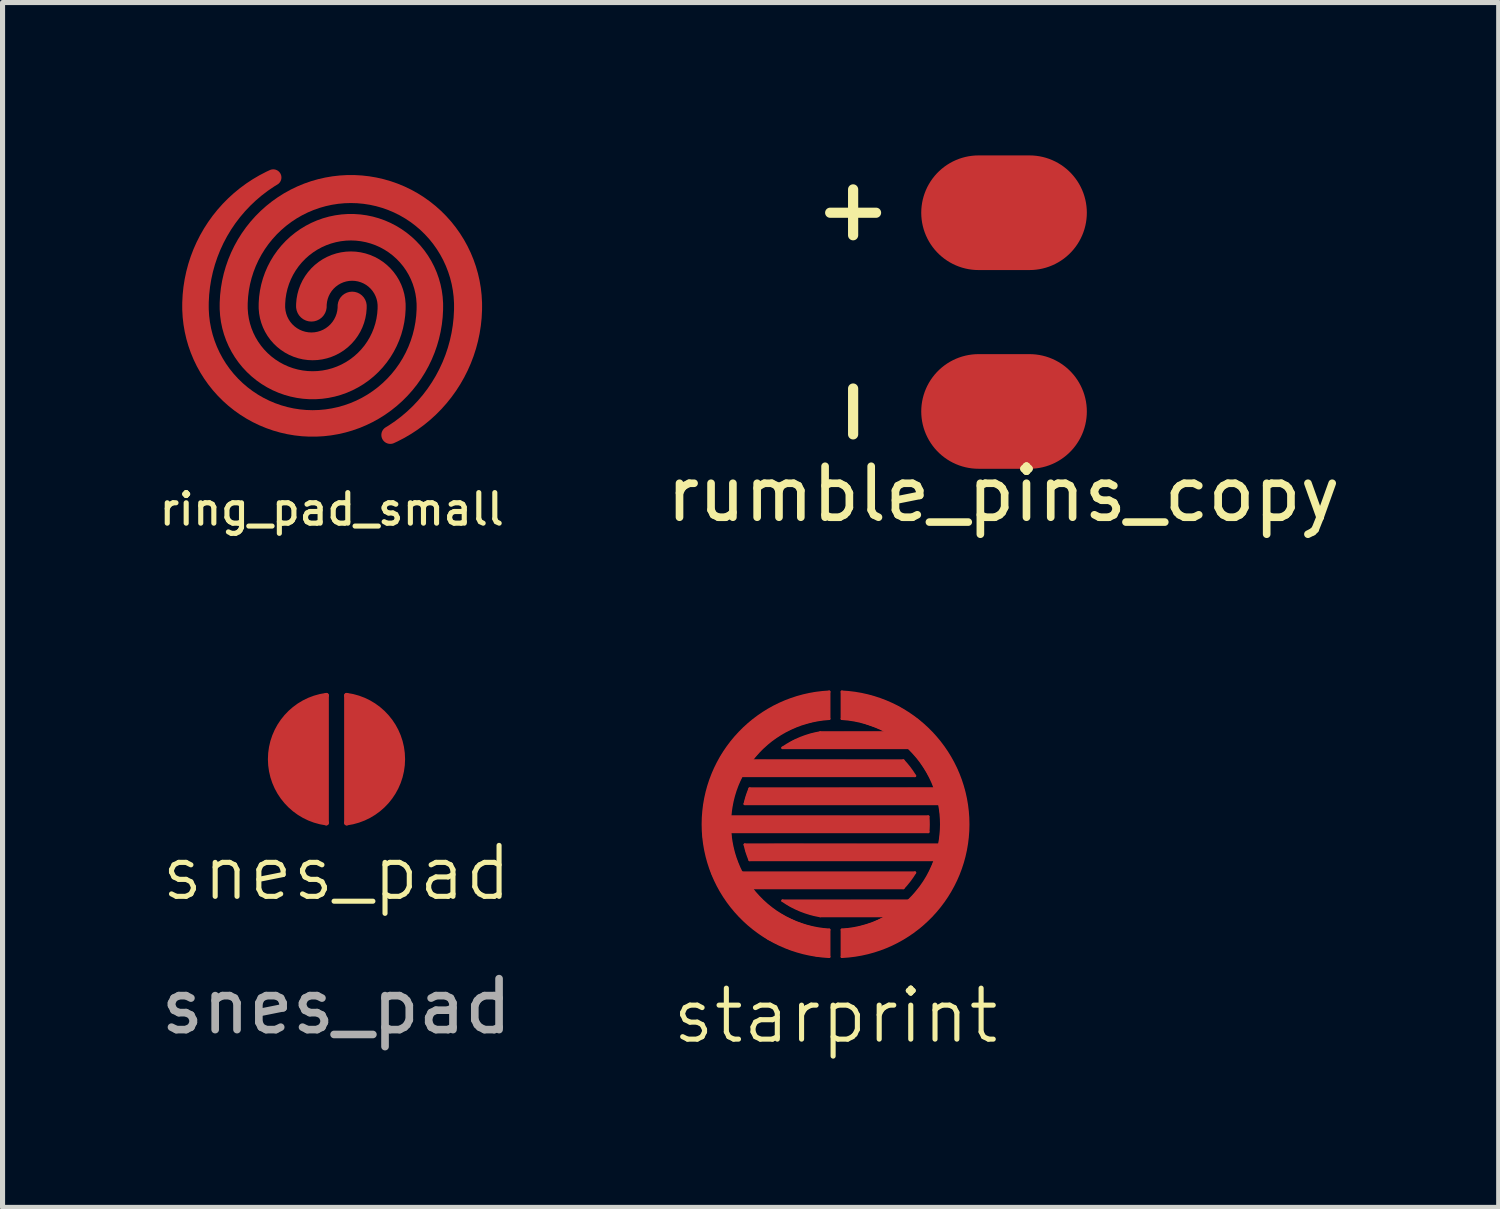
<source format=kicad_pcb>
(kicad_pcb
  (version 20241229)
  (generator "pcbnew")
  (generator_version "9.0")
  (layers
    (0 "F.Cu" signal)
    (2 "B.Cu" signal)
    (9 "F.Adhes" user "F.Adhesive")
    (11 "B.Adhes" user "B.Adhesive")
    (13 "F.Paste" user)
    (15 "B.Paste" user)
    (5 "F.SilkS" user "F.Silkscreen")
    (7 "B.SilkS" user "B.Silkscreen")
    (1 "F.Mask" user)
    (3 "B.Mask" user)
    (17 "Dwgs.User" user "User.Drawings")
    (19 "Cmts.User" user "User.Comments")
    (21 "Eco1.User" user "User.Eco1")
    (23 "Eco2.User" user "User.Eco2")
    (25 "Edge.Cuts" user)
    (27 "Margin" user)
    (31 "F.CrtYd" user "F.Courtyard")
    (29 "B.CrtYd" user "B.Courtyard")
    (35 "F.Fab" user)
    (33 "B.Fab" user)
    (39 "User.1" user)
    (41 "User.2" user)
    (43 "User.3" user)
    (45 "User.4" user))
  (footprint "starprint"
    (layer "F.Cu")
    (at 13.348 13.127)
    (property "Reference" "starprint" (at 0 3.759 0) (unlocked yes) (layer "F.SilkS") (effects (font (size 1 1) (thickness 0.1))))
    (attr smd allow_soldermask_bridges)
    (fp_line (start -2.069 -0.15) (end 1.819 -0.15) (stroke (width 0.05) (type solid)) (layer "F.Cu"))
    (fp_line (start -2.069 0.15) (end 1.819 0.15) (stroke (width 0.05) (type solid)) (layer "F.Cu"))
    (fp_line (start -1.78 -0.4) (end 2.036 -0.4) (stroke (width 0.05) (type solid)) (layer "F.Cu"))
    (fp_line (start -1.78 0.4) (end 2.036 0.4) (stroke (width 0.05) (type solid)) (layer "F.Cu"))
    (fp_line (start -1.656 -1.25) (end 1.33 -1.25) (stroke (width 0.05) (type solid)) (layer "F.Cu"))
    (fp_line (start -1.656 1.25) (end 1.33 1.25) (stroke (width 0.05) (type solid)) (layer "F.Cu"))
    (fp_line (start -1.039 -1.5) (end 1.434 -1.5) (stroke (width 0.05) (type solid)) (layer "F.Cu"))
    (fp_line (start -1.039 1.5) (end 1.434 1.5) (stroke (width 0.05) (type solid)) (layer "F.Cu"))
    (fp_line (start -0.125 -2.6) (end -0.125 -2.071) (stroke (width 0.05) (type solid)) (layer "F.Cu"))
    (fp_line (start -0.125 2.071) (end -0.125 2.6) (stroke (width 0.05) (type solid)) (layer "F.Cu"))
    (fp_line (start 0.125 -2.6) (end 0.125 -2.071) (stroke (width 0.05) (type solid)) (layer "F.Cu"))
    (fp_line (start 0.125 2.071) (end 0.125 2.6) (stroke (width 0.05) (type solid)) (layer "F.Cu"))
    (fp_line (start 1.033 -1.8) (end -0.301 -1.8) (stroke (width 0.05) (type solid)) (layer "F.Cu"))
    (fp_line (start 1.033 1.8) (end -0.301 1.8) (stroke (width 0.05) (type solid)) (layer "F.Cu"))
    (fp_line (start 1.558 -0.95) (end -1.845 -0.95) (stroke (width 0.05) (type solid)) (layer "F.Cu"))
    (fp_line (start 1.558 0.95) (end -1.845 0.95) (stroke (width 0.05) (type solid)) (layer "F.Cu"))
    (fp_line (start 1.954 -0.7) (end -1.685 -0.7) (stroke (width 0.05) (type solid)) (layer "F.Cu"))
    (fp_line (start 1.954 0.7) (end -1.685 0.7) (stroke (width 0.05) (type solid)) (layer "F.Cu"))
    (fp_arc (start -2.069357 -0.150062) (mid -1.997407 -0.561431) (end -1.844542 -0.950062) (stroke (width 0.05) (type solid)) (layer "F.Cu"))
    (fp_arc (start -1.844542 0.949938) (mid -1.997407 0.561307) (end -2.069357 0.149938) (stroke (width 0.05) (type solid)) (layer "F.Cu"))
    (fp_arc (start -1.780411 -0.400062) (mid -1.739286 -0.552118) (end -1.685201 -0.700062) (stroke (width 0.05) (type solid)) (layer "F.Cu"))
    (fp_arc (start -1.685201 0.699938) (mid -1.739286 0.551994) (end -1.780411 0.399938) (stroke (width 0.05) (type solid)) (layer "F.Cu"))
    (fp_arc (start -1.656024 -1.250062) (mid -0.980504 -1.828673) (end -0.124786 -2.071294) (stroke (width 0.05) (type solid)) (layer "F.Cu"))
    (fp_arc (start -1.039317 -1.500062) (mid -0.68665 -1.690873) (end -0.300826 -1.800062) (stroke (width 0.05) (type solid)) (layer "F.Cu"))
    (fp_arc (start -0.300826 1.799937) (mid -0.68665 1.690748) (end -1.039316 1.499937) (stroke (width 0.05) (type solid)) (layer "F.Cu"))
    (fp_arc (start -0.124786 2.07117) (mid -0.980504 1.828549) (end -1.656024 1.249938) (stroke (width 0.05) (type solid)) (layer "F.Cu"))
    (fp_arc (start -0.124786 2.599938) (mid -2.602789 -0.000062) (end -0.124786 -2.600062) (stroke (width 0.05) (type solid)) (layer "F.Cu"))
    (fp_arc (start 0.125214 -2.600062) (mid 2.603217 -0.000062) (end 0.125214 2.599938) (stroke (width 0.05) (type solid)) (layer "F.Cu"))
    (fp_arc (start 0.125214 -2.071293) (mid 0.594539 -1.988126) (end 1.032505 -1.800061) (stroke (width 0.05) (type solid)) (layer "F.Cu"))
    (fp_arc (start 1.032505 1.799937) (mid 0.594539 1.988002) (end 0.125214 2.071169) (stroke (width 0.05) (type solid)) (layer "F.Cu"))
    (fp_arc (start 1.329923 -1.250062) (mid 1.45196 -1.105981) (end 1.558458 -0.950062) (stroke (width 0.05) (type solid)) (layer "F.Cu"))
    (fp_arc (start 1.433958 -1.500061) (mid 1.740364 -1.130327) (end 1.953577 -0.700062) (stroke (width 0.05) (type solid)) (layer "F.Cu"))
    (fp_arc (start 1.558458 0.949938) (mid 1.45196 1.105857) (end 1.329923 1.249938) (stroke (width 0.05) (type solid)) (layer "F.Cu"))
    (fp_arc (start 1.819039 -0.150062) (mid 1.825214 -0.000062) (end 1.819039 0.149938) (stroke (width 0.05) (type solid)) (layer "F.Cu"))
    (fp_arc (start 1.953576 0.699938) (mid 1.740364 1.130204) (end 1.433958 1.499937) (stroke (width 0.05) (type solid)) (layer "F.Cu"))
    (fp_arc (start 2.036295 -0.400062) (mid 2.075214 -0.000062) (end 2.036295 0.399938) (stroke (width 0.05) (type solid)) (layer "F.Cu"))
    (fp_poly (pts (xy 0.125 -2.6) (xy 0.687 -2.515) (xy 1.233 -2.302) (xy 1.599 -2.061) (xy 1.927 -1.744) (xy 2.137 -1.482) (xy 2.376 -1.069) (xy 2.522 -0.659) (xy 2.585 -0.261) (xy 2.603 0.072) (xy 2.556 0.481) (xy 2.479 0.762) (xy 2.385 1.033) (xy 2.185 1.408) (xy 1.885 1.799) (xy 1.656 2.012) (xy 1.349 2.228) (xy 1 2.405) (xy 0.689 2.505) (xy 0.416 2.564) (xy 0.125 2.599) (xy 0.133 2.066) (xy 0.402 2.039) (xy 0.733 1.937) (xy 1.012 1.797) (xy -0.25 1.799) (xy -0.404 1.785) (xy -0.675 1.693) (xy -0.902 1.595) (xy -1.011 1.508) (xy -0.742 1.499) (xy 1.418 1.497) (xy 1.489 1.453) (xy 1.606 1.305) (xy 1.731 1.16) (xy 1.82 1.003) (xy 1.951 0.697) (xy -1.681 0.701) (xy -1.75 0.539) (xy -1.773 0.404) (xy -1.144 0.397) (xy 2.033 0.401) (xy 2.06 0.216) (xy 2.07 -0.03) (xy 2.07 -0.159) (xy 2.035 -0.401) (xy -1.788 -0.396) (xy -1.74 -0.569) (xy -1.688 -0.698) (xy 1.943 -0.705) (xy 1.906 -0.834) (xy 1.779 -1.059) (xy 1.639 -1.275) (xy 1.433 -1.502) (xy -1.021 -1.498) (xy -0.827 -1.636) (xy -0.479 -1.765) (xy -0.296 -1.802) (xy 1.002 -1.805) (xy 0.885 -1.877) (xy 0.466 -2.023) (xy 0.125 -2.084)) (stroke (width 0.025) (type solid)) (fill yes) (layer "F.Cu"))
    (fp_poly (pts (xy -0.133 2.081) (xy -0.128 2.6) (xy -0.373 2.582) (xy -0.886 2.452) (xy -1.321 2.255) (xy -1.739 1.94) (xy -2.035 1.618) (xy -2.264 1.287) (xy -2.423 0.969) (xy -2.538 0.557) (xy -2.6 0.217) (xy -2.598 -0.125) (xy -2.571 -0.398) (xy -2.488 -0.76) (xy -2.394 -1.024) (xy -2.23 -1.351) (xy -2.051 -1.603) (xy -1.792 -1.884) (xy -1.606 -2.044) (xy -1.299 -2.251) (xy -1.045 -2.383) (xy -0.76 -2.488) (xy -0.405 -2.574) (xy -0.124 -2.597) (xy -0.129 -2.075) (xy -0.358 -2.045) (xy -0.703 -1.955) (xy -1.019 -1.812) (xy -1.284 -1.636) (xy -1.475 -1.461) (xy -1.647 -1.254) (xy 1.329 -1.249) (xy 1.438 -1.124) (xy 1.547 -0.955) (xy -1.84 -0.946) (xy -1.938 -0.761) (xy -2.015 -0.513) (xy -2.059 -0.255) (xy -2.065 -0.153) (xy 1.82 -0.151) (xy 1.818 0.016) (xy 1.814 0.145) (xy -0.909 0.147) (xy -2.065 0.149) (xy -2.048 0.328) (xy -1.994 0.583) (xy -1.9 0.83) (xy -1.859 0.932) (xy -1.798 0.953) (xy -0.765 0.953) (xy 1.547 0.949) (xy 1.491 1.039) (xy 1.343 1.232) (xy 1.308 1.249) (xy -1.642 1.253) (xy -1.575 1.355) (xy -1.38 1.553) (xy -1.182 1.709) (xy -0.969 1.828) (xy -0.786 1.914) (xy -0.594 1.982) (xy -0.382 2.041) (xy -0.125 2.071)) (stroke (width 0.025) (type solid)) (fill yes) (layer "F.Cu"))
    (fp_circle (center 0.000214 -0.000062) (end 2.62 0.003) (stroke (width 0.025) (type solid)) (fill yes) (layer "F.Mask"))
    (pad "1" smd rect (at -2.337 0) (size 0.5 0.5) (layers "F.Cu"))
    (pad "2" smd rect (at 2.337 0) (size 0.5 0.5) (layers "F.Cu")))
  (footprint "snes_pad"
    (layer "F.Cu")
    (at 3.554 11.849)
    (property "Reference" "snes_pad" (at 0 2.235 0) (unlocked yes) (layer "F.SilkS") (effects (font (size 1 1) (thickness 0.1))))
    (fp_line (start -0.2 -1.25) (end -0.2 1.25) (stroke (width 0.1) (type default)) (layer "F.Cu"))
    (fp_line (start 0.2 -1.25) (end 0.2 1.25) (stroke (width 0.1) (type default)) (layer "F.Cu"))
    (fp_arc (start -0.2 1.25) (mid -1.296221 0) (end -0.2 -1.25) (stroke (width 0.1) (type default)) (layer "F.Cu"))
    (fp_arc (start 0.2 -1.25) (mid 1.296221 0) (end 0.2 1.25) (stroke (width 0.1) (type default)) (layer "F.Cu"))
    (fp_poly (pts (xy -0.2 -1.25) (xy -0.2 1.25) (xy -0.596 1.136) (xy -0.907 0.929) (xy -1.127 0.639) (xy -1.273 0.242) (xy -1.296 0) (xy -1.265 -0.332) (xy -1.14 -0.634) (xy -0.889 -0.931) (xy -0.531 -1.173)) (stroke (width 0.001) (type solid)) (fill yes) (layer "F.Cu"))
    (fp_poly (pts (xy 0.203 1.25) (xy 0.203 -1.25) (xy 0.599 -1.136) (xy 0.91 -0.929) (xy 1.13 -0.639) (xy 1.277 -0.242) (xy 1.299 0) (xy 1.268 0.332) (xy 1.143 0.634) (xy 0.893 0.931) (xy 0.534 1.173)) (stroke (width 0.001) (type solid)) (fill yes) (layer "F.Cu"))
    (fp_circle (center 0 0) (end 1.355 -0.004) (stroke (width 0) (type solid)) (fill yes) (layer "F.Mask"))
    (fp_text user "${REFERENCE}" (at 0 4.853 0) (unlocked yes) (layer "F.Fab") (effects (font (size 1 1) (thickness 0.15))))
    (pad "1" smd circle (at -0.5 0) (size 0.5 0.5) (property pad_prop_testpoint) (layers "F.Cu" "F.Mask"))
    (pad "2" smd circle (at 0.5 0) (size 0.5 0.5) (property pad_prop_testpoint) (layers "F.Cu" "F.Mask"))
    (zone (net_name "") (layer "F.Cu") (name "NoFill") (hatch edge 0.5) (connect_pads) (min_thickness 0.25) (filled_areas_thickness no) (keepout (tracks allowed) (vias not_allowed) (pads not_allowed) (copperpour not_allowed) (footprints allowed)) (placement (enabled no)) (fill) (polygon (pts (xy 4.908 11.849) (xy 4.89 11.626) (xy 4.835 11.409) (xy 4.745 11.204) (xy 4.623 11.017) (xy 4.471 10.852) (xy 4.295 10.715) (xy 4.098 10.608) (xy 3.886 10.536) (xy 3.665 10.499) (xy 3.442 10.499) (xy 3.221 10.536) (xy 3.009 10.608) (xy 2.813 10.715) (xy 2.636 10.852) (xy 2.485 11.017) (xy 2.362 11.204) (xy 2.272 11.409) (xy 2.217 11.626) (xy 2.199 11.849) (xy 2.217 12.072) (xy 2.272 12.289) (xy 2.362 12.494) (xy 2.485 12.681) (xy 2.636 12.846) (xy 2.813 12.983) (xy 3.009 13.09) (xy 3.221 13.162) (xy 3.442 13.199) (xy 3.665 13.199) (xy 3.886 13.162) (xy 4.098 13.09) (xy 4.295 12.983) (xy 4.471 12.846) (xy 4.623 12.681) (xy 4.745 12.494) (xy 4.835 12.289) (xy 4.89 12.072)))))
  (footprint "ring_pad_small"
    (layer "F.Cu")
    (at 3.461 2.96)
    (property "Reference" "ring_pad_small" (at 0 3.985 0) (unlocked yes) (layer "F.SilkS") (effects (font (size 0.6 0.6) (thickness 0.1))))
    (attr smd)
    (fp_circle (center 0 0) (end 2.906 0.002) (stroke (width 0.1) (type solid)) (fill yes) (layer "F.Mask"))
    (pad "1" smd custom (at -1.168 -2.515) (size 0.2 0.2) (layers "F.Cu") (options (anchor circle)) (primitives (gr_poly (pts (arc (start 3.2934 2.5146) (mid 1.5434 0.7646) (end -0.2066 2.5146)) (arc (start -0.2066 2.5146) (mid 0.7934 3.5146) (end 1.7934 2.5146)) (arc (start 1.7934 2.5146) (mid 1.5684 2.2896) (end 1.3434 2.5146)) (arc (start 1.3434 2.5146) (mid 0.7684 3.0896) (end 0.1934 2.5146)) (arc (start 0.1934 2.5146) (mid 1.5434 1.1646) (end 2.8934 2.5146)) (arc (start 2.8934 2.5146) (mid 0.7934 4.6146) (end -1.3066 2.5146)) (arc (start -1.3066 2.5146) (mid -0.938215 1.113142) (end 0.071705 0.073982)) (arc (start 0.071705 0.073982) (mid 0.10855 -0.058241) (end -0.021315 -0.102689)) (arc (start -0.021315 -0.102689) (mid -1.248836 0.958131) (end -1.7066 2.5146)) (arc (start -1.7066 2.5146) (mid 0.7934 5.0146) (end 3.2934 2.5146))) (width 0.12) (fill yes))))
    (pad "2" smd custom (at 1.156 2.527) (size 0.2 0.2) (layers "F.Cu") (options (anchor circle)) (primitives (gr_poly (pts (arc (start -3.280983 -2.526747) (mid -1.530983 -0.776747) (end 0.219017 -2.526747)) (arc (start 0.219017 -2.526747) (mid -0.780983 -3.526747) (end -1.780983 -2.526747)) (arc (start -1.780983 -2.526747) (mid -1.555983 -2.301747) (end -1.330983 -2.526747)) (arc (start -1.330983 -2.526747) (mid -0.755983 -3.101747) (end -0.180983 -2.526747)) (arc (start -0.180983 -2.526747) (mid -1.530983 -1.176747) (end -2.880983 -2.526747)) (arc (start -2.880983 -2.526747) (mid -0.780983 -4.626747) (end 1.319017 -2.526747)) (arc (start 1.319017 -2.526747) (mid 0.950632 -1.125289) (end -0.059288 -0.086129)) (arc (start -0.059288 -0.086129) (mid -0.096141 0.046094) (end 0.033732 0.090542)) (arc (start 0.033732 0.090542) (mid 1.261253 -0.970278) (end 1.719017 -2.526747)) (arc (start 1.719017 -2.526747) (mid -0.780983 -5.026747) (end -3.280983 -2.526747))) (width 0.15) (fill yes))))
    (zone (net_name "") (layer "F.Cu") (name "nocop") (hatch edge 0.5) (connect_pads) (min_thickness 0.25) (filled_areas_thickness no) (keepout (tracks allowed) (vias allowed) (pads allowed) (copperpour not_allowed) (footprints allowed)) (placement (enabled no)) (fill) (polygon (pts (xy 6.427 2.96) (xy 6.407 2.616) (xy 6.347 2.276) (xy 6.248 1.946) (xy 6.111 1.629) (xy 5.939 1.331) (xy 5.733 1.054) (xy 5.496 0.803) (xy 5.232 0.582) (xy 4.944 0.392) (xy 4.636 0.237) (xy 4.312 0.12) (xy 3.976 0.04) (xy 3.634 0) (xy 3.289 0) (xy 2.947 0.04) (xy 2.611 0.12) (xy 2.287 0.237) (xy 1.979 0.392) (xy 1.691 0.582) (xy 1.427 0.803) (xy 1.19 1.054) (xy 0.984 1.331) (xy 0.812 1.629) (xy 0.675 1.946) (xy 0.576 2.276) (xy 0.516 2.616) (xy 0.496 2.96) (xy 0.516 3.304) (xy 0.576 3.644) (xy 0.675 3.974) (xy 0.812 4.291) (xy 0.984 4.59) (xy 1.19 4.866) (xy 1.427 5.117) (xy 1.691 5.339) (xy 1.979 5.528) (xy 2.287 5.683) (xy 2.611 5.801) (xy 2.947 5.88) (xy 3.289 5.92) (xy 3.634 5.92) (xy 3.976 5.88) (xy 4.312 5.801) (xy 4.636 5.683) (xy 4.944 5.528) (xy 5.232 5.339) (xy 5.496 5.117) (xy 5.733 4.866) (xy 5.939 4.59) (xy 6.111 4.291) (xy 6.248 3.974) (xy 6.347 3.644) (xy 6.407 3.304)))))
  (footprint "rumble_pins_copy"
    (layer "F.Cu")
    (at 16.643 1.917)
    (property "Reference" "rumble_pins_copy" (at 0 4.729 180) (layer "F.SilkS") (effects (font (size 1 1) (thickness 0.15))))
    (attr smd exclude_from_pos_files exclude_from_bom)
    (fp_line (start -3.4 -0.792) (end -2.5 -0.792) (stroke (width 0.2) (type solid)) (layer "F.SilkS"))
    (fp_line (start -2.95 -0.35) (end -2.95 -1.25) (stroke (width 0.2) (type solid)) (layer "F.SilkS"))
    (fp_line (start -2.95 3.558) (end -2.95 2.658) (stroke (width 0.2) (type solid)) (layer "F.SilkS"))
    (pad "1" smd oval (at 0.012 -0.792) (size 3.25 2.25) (layers "F.Cu" "F.Mask"))
    (pad "2" smd oval (at 0.012 3.108) (size 3.25 2.25) (layers "F.Cu" "F.Mask")))
  (gr_rect
    (start -3 -3)
    (end 26.363 20.647)
    (stroke (width 0.1) (type default))
    (fill no)
    (layer "Edge.Cuts")))
</source>
